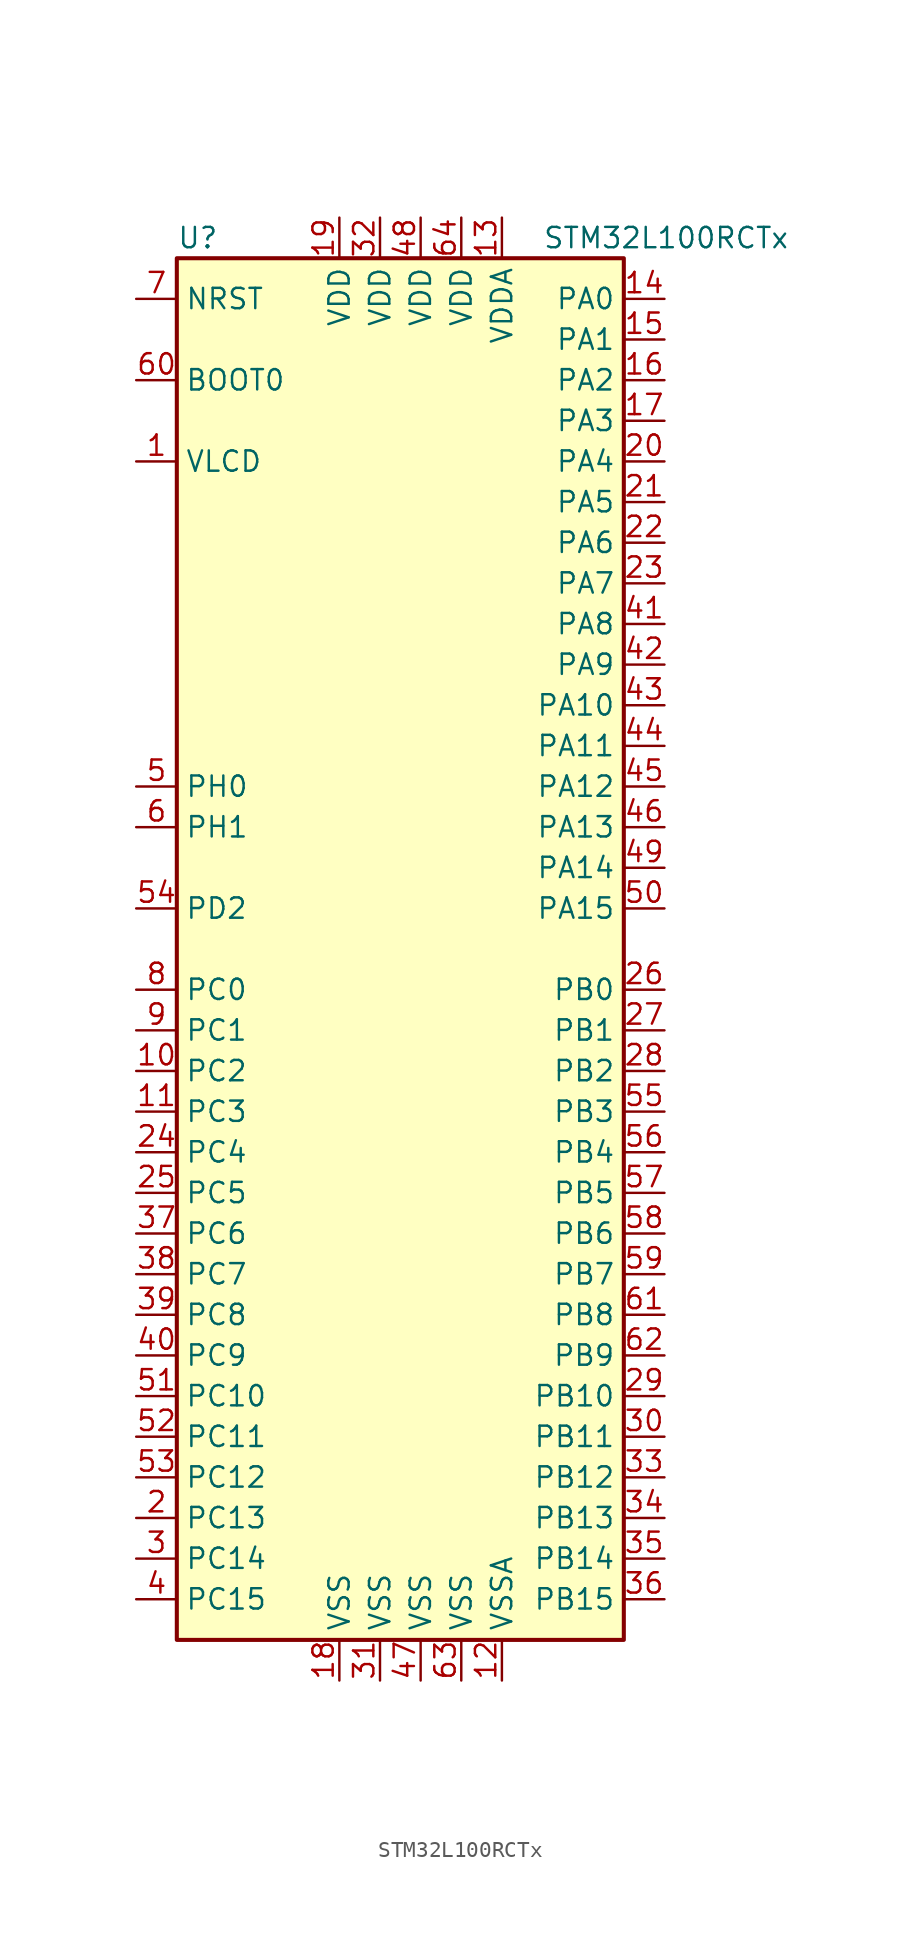
<source format=kicad_sym>
(kicad_symbol_lib
  (version 20201005)
  (generator kicad_symbol_editor)
  (symbol "MCU_ST_STM32L1:STM32L100RCTx"
    (property "Reference" "U"
      (at -15.24 44.45 0)
      (effects (font (size 1.27 1.27)) (justify left)))
    (property "Value" "STM32L100RCTx"
      (at 7.62 44.45 0)
      (effects (font (size 1.27 1.27)) (justify left)))
    (symbol "STM32L100RCTx_0_1"
      (rectangle (start -15.24 -43.18) (end 12.7 43.18) (stroke (width 0.254)) (fill (type background))))
    (symbol "STM32L100RCTx_1_1"
      (pin input line (at -17.78 35.56 0) (length 2.54) (name "BOOT0" (effects (font (size 1.27 1.27)))) (number "60" (effects (font (size 1.27 1.27)))))
      (pin input line (at -17.78 40.64 0) (length 2.54) (name "NRST" (effects (font (size 1.27 1.27)))) (number "7" (effects (font (size 1.27 1.27)))))
      (pin bidirectional line (at 15.24 40.64 180) (length 2.54) (name "PA0" (effects (font (size 1.27 1.27)))) (number "14" (effects (font (size 1.27 1.27)))))
      (pin bidirectional line (at 15.24 38.1 180) (length 2.54) (name "PA1" (effects (font (size 1.27 1.27)))) (number "15" (effects (font (size 1.27 1.27)))))
      (pin bidirectional line (at 15.24 15.24 180) (length 2.54) (name "PA10" (effects (font (size 1.27 1.27)))) (number "43" (effects (font (size 1.27 1.27)))))
      (pin bidirectional line (at 15.24 12.7 180) (length 2.54) (name "PA11" (effects (font (size 1.27 1.27)))) (number "44" (effects (font (size 1.27 1.27)))))
      (pin bidirectional line (at 15.24 10.16 180) (length 2.54) (name "PA12" (effects (font (size 1.27 1.27)))) (number "45" (effects (font (size 1.27 1.27)))))
      (pin bidirectional line (at 15.24 7.62 180) (length 2.54) (name "PA13" (effects (font (size 1.27 1.27)))) (number "46" (effects (font (size 1.27 1.27)))))
      (pin bidirectional line (at 15.24 5.08 180) (length 2.54) (name "PA14" (effects (font (size 1.27 1.27)))) (number "49" (effects (font (size 1.27 1.27)))))
      (pin bidirectional line (at 15.24 2.54 180) (length 2.54) (name "PA15" (effects (font (size 1.27 1.27)))) (number "50" (effects (font (size 1.27 1.27)))))
      (pin bidirectional line (at 15.24 35.56 180) (length 2.54) (name "PA2" (effects (font (size 1.27 1.27)))) (number "16" (effects (font (size 1.27 1.27)))))
      (pin bidirectional line (at 15.24 33.02 180) (length 2.54) (name "PA3" (effects (font (size 1.27 1.27)))) (number "17" (effects (font (size 1.27 1.27)))))
      (pin bidirectional line (at 15.24 30.48 180) (length 2.54) (name "PA4" (effects (font (size 1.27 1.27)))) (number "20" (effects (font (size 1.27 1.27)))))
      (pin bidirectional line (at 15.24 27.94 180) (length 2.54) (name "PA5" (effects (font (size 1.27 1.27)))) (number "21" (effects (font (size 1.27 1.27)))))
      (pin bidirectional line (at 15.24 25.4 180) (length 2.54) (name "PA6" (effects (font (size 1.27 1.27)))) (number "22" (effects (font (size 1.27 1.27)))))
      (pin bidirectional line (at 15.24 22.86 180) (length 2.54) (name "PA7" (effects (font (size 1.27 1.27)))) (number "23" (effects (font (size 1.27 1.27)))))
      (pin bidirectional line (at 15.24 20.32 180) (length 2.54) (name "PA8" (effects (font (size 1.27 1.27)))) (number "41" (effects (font (size 1.27 1.27)))))
      (pin bidirectional line (at 15.24 17.78 180) (length 2.54) (name "PA9" (effects (font (size 1.27 1.27)))) (number "42" (effects (font (size 1.27 1.27)))))
      (pin bidirectional line (at 15.24 -2.54 180) (length 2.54) (name "PB0" (effects (font (size 1.27 1.27)))) (number "26" (effects (font (size 1.27 1.27)))))
      (pin bidirectional line (at 15.24 -5.08 180) (length 2.54) (name "PB1" (effects (font (size 1.27 1.27)))) (number "27" (effects (font (size 1.27 1.27)))))
      (pin bidirectional line (at 15.24 -27.94 180) (length 2.54) (name "PB10" (effects (font (size 1.27 1.27)))) (number "29" (effects (font (size 1.27 1.27)))))
      (pin bidirectional line (at 15.24 -30.48 180) (length 2.54) (name "PB11" (effects (font (size 1.27 1.27)))) (number "30" (effects (font (size 1.27 1.27)))))
      (pin bidirectional line (at 15.24 -33.02 180) (length 2.54) (name "PB12" (effects (font (size 1.27 1.27)))) (number "33" (effects (font (size 1.27 1.27)))))
      (pin bidirectional line (at 15.24 -35.56 180) (length 2.54) (name "PB13" (effects (font (size 1.27 1.27)))) (number "34" (effects (font (size 1.27 1.27)))))
      (pin bidirectional line (at 15.24 -38.1 180) (length 2.54) (name "PB14" (effects (font (size 1.27 1.27)))) (number "35" (effects (font (size 1.27 1.27)))))
      (pin bidirectional line (at 15.24 -40.64 180) (length 2.54) (name "PB15" (effects (font (size 1.27 1.27)))) (number "36" (effects (font (size 1.27 1.27)))))
      (pin bidirectional line (at 15.24 -7.62 180) (length 2.54) (name "PB2" (effects (font (size 1.27 1.27)))) (number "28" (effects (font (size 1.27 1.27)))))
      (pin bidirectional line (at 15.24 -10.16 180) (length 2.54) (name "PB3" (effects (font (size 1.27 1.27)))) (number "55" (effects (font (size 1.27 1.27)))))
      (pin bidirectional line (at 15.24 -12.7 180) (length 2.54) (name "PB4" (effects (font (size 1.27 1.27)))) (number "56" (effects (font (size 1.27 1.27)))))
      (pin bidirectional line (at 15.24 -15.24 180) (length 2.54) (name "PB5" (effects (font (size 1.27 1.27)))) (number "57" (effects (font (size 1.27 1.27)))))
      (pin bidirectional line (at 15.24 -17.78 180) (length 2.54) (name "PB6" (effects (font (size 1.27 1.27)))) (number "58" (effects (font (size 1.27 1.27)))))
      (pin bidirectional line (at 15.24 -20.32 180) (length 2.54) (name "PB7" (effects (font (size 1.27 1.27)))) (number "59" (effects (font (size 1.27 1.27)))))
      (pin bidirectional line (at 15.24 -22.86 180) (length 2.54) (name "PB8" (effects (font (size 1.27 1.27)))) (number "61" (effects (font (size 1.27 1.27)))))
      (pin bidirectional line (at 15.24 -25.4 180) (length 2.54) (name "PB9" (effects (font (size 1.27 1.27)))) (number "62" (effects (font (size 1.27 1.27)))))
      (pin bidirectional line (at -17.78 -2.54 0) (length 2.54) (name "PC0" (effects (font (size 1.27 1.27)))) (number "8" (effects (font (size 1.27 1.27)))))
      (pin bidirectional line (at -17.78 -5.08 0) (length 2.54) (name "PC1" (effects (font (size 1.27 1.27)))) (number "9" (effects (font (size 1.27 1.27)))))
      (pin bidirectional line (at -17.78 -27.94 0) (length 2.54) (name "PC10" (effects (font (size 1.27 1.27)))) (number "51" (effects (font (size 1.27 1.27)))))
      (pin bidirectional line (at -17.78 -30.48 0) (length 2.54) (name "PC11" (effects (font (size 1.27 1.27)))) (number "52" (effects (font (size 1.27 1.27)))))
      (pin bidirectional line (at -17.78 -33.02 0) (length 2.54) (name "PC12" (effects (font (size 1.27 1.27)))) (number "53" (effects (font (size 1.27 1.27)))))
      (pin bidirectional line (at -17.78 -35.56 0) (length 2.54) (name "PC13" (effects (font (size 1.27 1.27)))) (number "2" (effects (font (size 1.27 1.27)))))
      (pin bidirectional line (at -17.78 -38.1 0) (length 2.54) (name "PC14" (effects (font (size 1.27 1.27)))) (number "3" (effects (font (size 1.27 1.27)))))
      (pin bidirectional line (at -17.78 -40.64 0) (length 2.54) (name "PC15" (effects (font (size 1.27 1.27)))) (number "4" (effects (font (size 1.27 1.27)))))
      (pin bidirectional line (at -17.78 -7.62 0) (length 2.54) (name "PC2" (effects (font (size 1.27 1.27)))) (number "10" (effects (font (size 1.27 1.27)))))
      (pin bidirectional line (at -17.78 -10.16 0) (length 2.54) (name "PC3" (effects (font (size 1.27 1.27)))) (number "11" (effects (font (size 1.27 1.27)))))
      (pin bidirectional line (at -17.78 -12.7 0) (length 2.54) (name "PC4" (effects (font (size 1.27 1.27)))) (number "24" (effects (font (size 1.27 1.27)))))
      (pin bidirectional line (at -17.78 -15.24 0) (length 2.54) (name "PC5" (effects (font (size 1.27 1.27)))) (number "25" (effects (font (size 1.27 1.27)))))
      (pin bidirectional line (at -17.78 -17.78 0) (length 2.54) (name "PC6" (effects (font (size 1.27 1.27)))) (number "37" (effects (font (size 1.27 1.27)))))
      (pin bidirectional line (at -17.78 -20.32 0) (length 2.54) (name "PC7" (effects (font (size 1.27 1.27)))) (number "38" (effects (font (size 1.27 1.27)))))
      (pin bidirectional line (at -17.78 -22.86 0) (length 2.54) (name "PC8" (effects (font (size 1.27 1.27)))) (number "39" (effects (font (size 1.27 1.27)))))
      (pin bidirectional line (at -17.78 -25.4 0) (length 2.54) (name "PC9" (effects (font (size 1.27 1.27)))) (number "40" (effects (font (size 1.27 1.27)))))
      (pin bidirectional line (at -17.78 2.54 0) (length 2.54) (name "PD2" (effects (font (size 1.27 1.27)))) (number "54" (effects (font (size 1.27 1.27)))))
      (pin input line (at -17.78 10.16 0) (length 2.54) (name "PH0" (effects (font (size 1.27 1.27)))) (number "5" (effects (font (size 1.27 1.27)))))
      (pin input line (at -17.78 7.62 0) (length 2.54) (name "PH1" (effects (font (size 1.27 1.27)))) (number "6" (effects (font (size 1.27 1.27)))))
      (pin power_in line (at -5.08 45.72 270) (length 2.54) (name "VDD" (effects (font (size 1.27 1.27)))) (number "19" (effects (font (size 1.27 1.27)))))
      (pin power_in line (at -2.54 45.72 270) (length 2.54) (name "VDD" (effects (font (size 1.27 1.27)))) (number "32" (effects (font (size 1.27 1.27)))))
      (pin power_in line (at 0 45.72 270) (length 2.54) (name "VDD" (effects (font (size 1.27 1.27)))) (number "48" (effects (font (size 1.27 1.27)))))
      (pin power_in line (at 2.54 45.72 270) (length 2.54) (name "VDD" (effects (font (size 1.27 1.27)))) (number "64" (effects (font (size 1.27 1.27)))))
      (pin power_in line (at 5.08 45.72 270) (length 2.54) (name "VDDA" (effects (font (size 1.27 1.27)))) (number "13" (effects (font (size 1.27 1.27)))))
      (pin power_in line (at -17.78 30.48 0) (length 2.54) (name "VLCD" (effects (font (size 1.27 1.27)))) (number "1" (effects (font (size 1.27 1.27)))))
      (pin power_in line (at -5.08 -45.72 90) (length 2.54) (name "VSS" (effects (font (size 1.27 1.27)))) (number "18" (effects (font (size 1.27 1.27)))))
      (pin power_in line (at -2.54 -45.72 90) (length 2.54) (name "VSS" (effects (font (size 1.27 1.27)))) (number "31" (effects (font (size 1.27 1.27)))))
      (pin power_in line (at 0 -45.72 90) (length 2.54) (name "VSS" (effects (font (size 1.27 1.27)))) (number "47" (effects (font (size 1.27 1.27)))))
      (pin power_in line (at 2.54 -45.72 90) (length 2.54) (name "VSS" (effects (font (size 1.27 1.27)))) (number "63" (effects (font (size 1.27 1.27)))))
      (pin power_in line (at 5.08 -45.72 90) (length 2.54) (name "VSSA" (effects (font (size 1.27 1.27)))) (number "12" (effects (font (size 1.27 1.27))))))))
</source>
